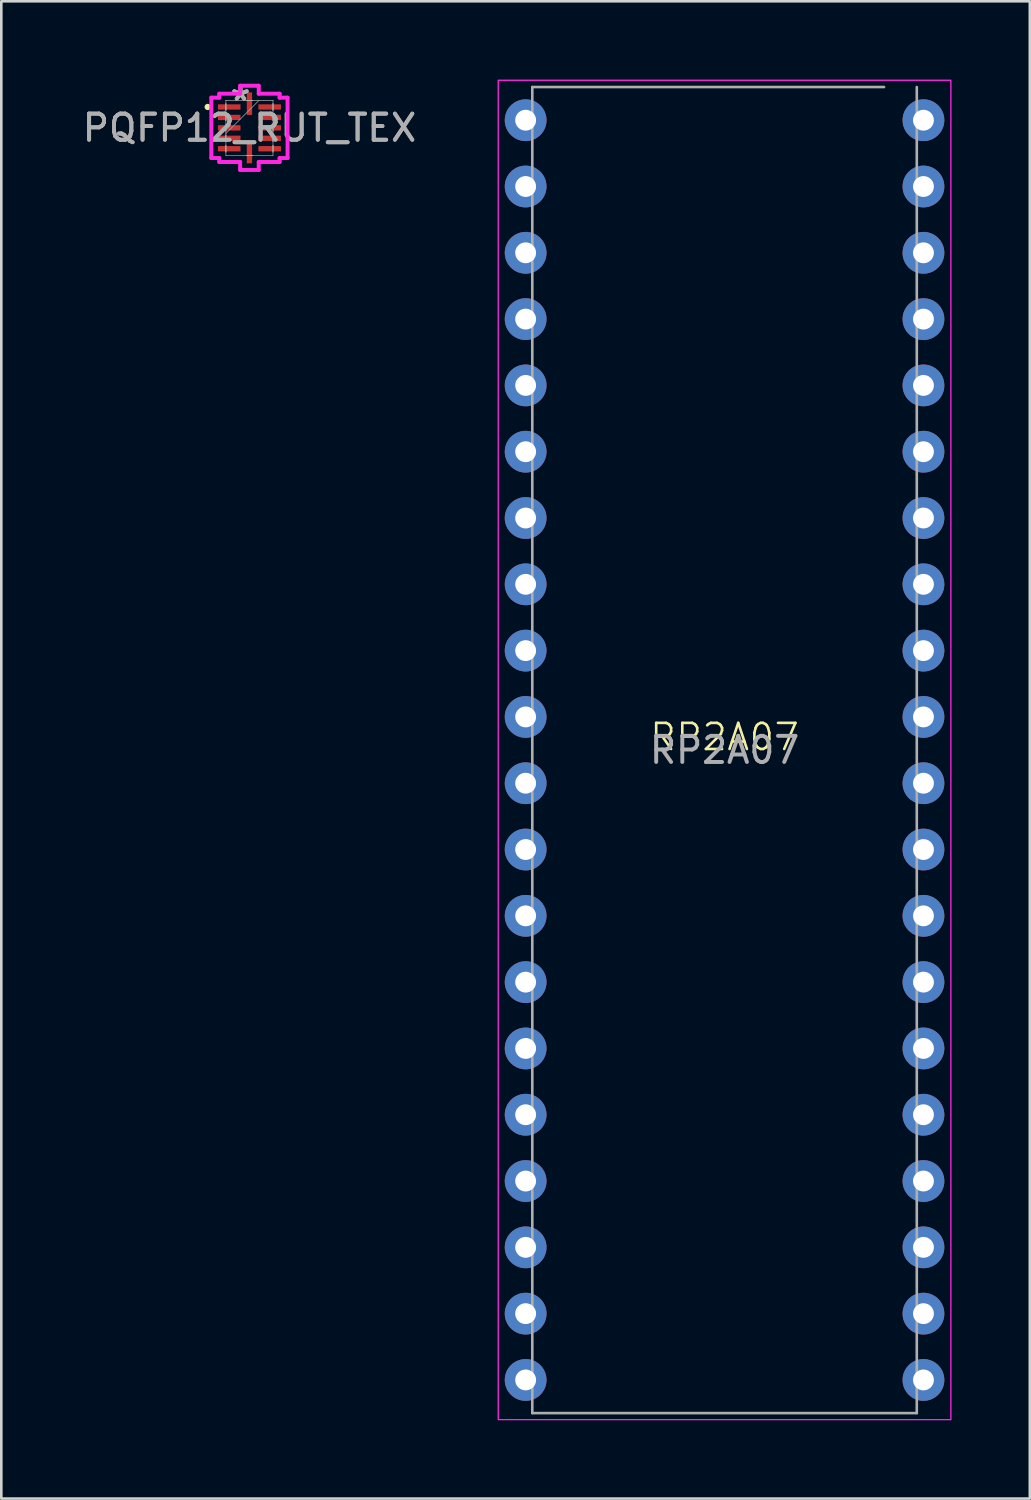
<source format=kicad_pcb>
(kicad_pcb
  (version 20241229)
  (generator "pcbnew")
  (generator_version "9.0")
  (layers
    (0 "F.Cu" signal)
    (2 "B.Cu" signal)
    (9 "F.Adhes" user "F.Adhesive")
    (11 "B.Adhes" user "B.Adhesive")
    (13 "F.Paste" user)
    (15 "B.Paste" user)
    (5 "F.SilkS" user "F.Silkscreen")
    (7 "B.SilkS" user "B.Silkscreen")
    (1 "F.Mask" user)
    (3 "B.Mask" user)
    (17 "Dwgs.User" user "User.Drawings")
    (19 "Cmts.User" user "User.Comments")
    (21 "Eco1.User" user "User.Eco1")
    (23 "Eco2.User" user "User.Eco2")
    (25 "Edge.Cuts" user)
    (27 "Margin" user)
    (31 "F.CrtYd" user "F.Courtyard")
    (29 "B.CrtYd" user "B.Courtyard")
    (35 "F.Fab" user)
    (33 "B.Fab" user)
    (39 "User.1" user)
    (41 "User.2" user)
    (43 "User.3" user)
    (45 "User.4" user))
  (footprint "RP2A07"
    (layer "F.Cu")
    (at 24.707 25.685)
    (property "Reference" "RP2A07" (at 0 -0.5 0) (unlocked yes) (layer "F.SilkS") (effects (font (size 1 1) (thickness 0.1))))
    (attr smd)
    (fp_rect (start -8.67 -25.66) (end 8.67 25.65) (stroke (width 0.05) (type solid)) (fill no) (layer "F.CrtYd"))
    (fp_line (start -7.365 -25.4) (end 6.11 -25.4) (stroke (width 0.1) (type solid)) (layer "F.Fab"))
    (fp_line (start -7.365 25.4) (end -7.365 -25.4) (stroke (width 0.1) (type solid)) (layer "F.Fab"))
    (fp_line (start 7.365 -25.4) (end 7.365 25.4) (stroke (width 0.1) (type solid)) (layer "F.Fab"))
    (fp_line (start 7.365 25.4) (end -7.365 25.4) (stroke (width 0.1) (type solid)) (layer "F.Fab"))
    (fp_text user "${REFERENCE}" (at 0 0 0) (unlocked yes) (layer "F.Fab") (effects (font (size 1 1) (thickness 0.15))))
    (pad "1" thru_hole circle (at -7.62 -24.13) (size 1.6 1.6) (drill 0.8) (layers "*.Cu" "*.Mask"))
    (pad "2" thru_hole circle (at -7.62 -21.59) (size 1.6 1.6) (drill 0.8) (layers "*.Cu" "*.Mask"))
    (pad "3" thru_hole circle (at -7.62 -19.05) (size 1.6 1.6) (drill 0.8) (layers "*.Cu" "*.Mask"))
    (pad "4" thru_hole circle (at -7.62 -16.51) (size 1.6 1.6) (drill 0.8) (layers "*.Cu" "*.Mask"))
    (pad "5" thru_hole circle (at -7.62 -13.97) (size 1.6 1.6) (drill 0.8) (layers "*.Cu" "*.Mask"))
    (pad "6" thru_hole circle (at -7.62 -11.43) (size 1.6 1.6) (drill 0.8) (layers "*.Cu" "*.Mask"))
    (pad "7" thru_hole circle (at -7.62 -8.89) (size 1.6 1.6) (drill 0.8) (layers "*.Cu" "*.Mask"))
    (pad "8" thru_hole circle (at -7.62 -6.35) (size 1.6 1.6) (drill 0.8) (layers "*.Cu" "*.Mask"))
    (pad "9" thru_hole circle (at -7.62 -3.81) (size 1.6 1.6) (drill 0.8) (layers "*.Cu" "*.Mask"))
    (pad "10" thru_hole circle (at -7.62 -1.27) (size 1.6 1.6) (drill 0.8) (layers "*.Cu" "*.Mask"))
    (pad "11" thru_hole circle (at -7.62 1.27) (size 1.6 1.6) (drill 0.8) (layers "*.Cu" "*.Mask"))
    (pad "12" thru_hole circle (at -7.62 3.81) (size 1.6 1.6) (drill 0.8) (layers "*.Cu" "*.Mask"))
    (pad "13" thru_hole circle (at -7.62 6.35) (size 1.6 1.6) (drill 0.8) (layers "*.Cu" "*.Mask"))
    (pad "14" thru_hole circle (at -7.62 8.89) (size 1.6 1.6) (drill 0.8) (layers "*.Cu" "*.Mask"))
    (pad "15" thru_hole circle (at -7.62 11.43) (size 1.6 1.6) (drill 0.8) (layers "*.Cu" "*.Mask"))
    (pad "16" thru_hole circle (at -7.62 13.97) (size 1.6 1.6) (drill 0.8) (layers "*.Cu" "*.Mask"))
    (pad "17" thru_hole circle (at -7.62 16.51) (size 1.6 1.6) (drill 0.8) (layers "*.Cu" "*.Mask"))
    (pad "18" thru_hole circle (at -7.62 19.05) (size 1.6 1.6) (drill 0.8) (layers "*.Cu" "*.Mask"))
    (pad "19" thru_hole circle (at -7.62 21.59) (size 1.6 1.6) (drill 0.8) (layers "*.Cu" "*.Mask"))
    (pad "20" thru_hole circle (at -7.62 24.13) (size 1.6 1.6) (drill 0.8) (layers "*.Cu" "*.Mask"))
    (pad "21" thru_hole circle (at 7.62 24.13) (size 1.6 1.6) (drill 0.8) (layers "*.Cu" "*.Mask"))
    (pad "22" thru_hole circle (at 7.62 21.59) (size 1.6 1.6) (drill 0.8) (layers "*.Cu" "*.Mask"))
    (pad "23" thru_hole circle (at 7.62 19.05) (size 1.6 1.6) (drill 0.8) (layers "*.Cu" "*.Mask"))
    (pad "24" thru_hole circle (at 7.62 16.51) (size 1.6 1.6) (drill 0.8) (layers "*.Cu" "*.Mask"))
    (pad "25" thru_hole circle (at 7.62 13.97) (size 1.6 1.6) (drill 0.8) (layers "*.Cu" "*.Mask"))
    (pad "26" thru_hole circle (at 7.62 11.43) (size 1.6 1.6) (drill 0.8) (layers "*.Cu" "*.Mask"))
    (pad "27" thru_hole circle (at 7.62 8.89) (size 1.6 1.6) (drill 0.8) (layers "*.Cu" "*.Mask"))
    (pad "28" thru_hole circle (at 7.62 6.35) (size 1.6 1.6) (drill 0.8) (layers "*.Cu" "*.Mask"))
    (pad "29" thru_hole circle (at 7.62 3.81) (size 1.6 1.6) (drill 0.8) (layers "*.Cu" "*.Mask"))
    (pad "30" thru_hole circle (at 7.62 1.27) (size 1.6 1.6) (drill 0.8) (layers "*.Cu" "*.Mask"))
    (pad "31" thru_hole circle (at 7.62 -1.27) (size 1.6 1.6) (drill 0.8) (layers "*.Cu" "*.Mask"))
    (pad "32" thru_hole circle (at 7.62 -3.81) (size 1.6 1.6) (drill 0.8) (layers "*.Cu" "*.Mask"))
    (pad "33" thru_hole circle (at 7.62 -6.35) (size 1.6 1.6) (drill 0.8) (layers "*.Cu" "*.Mask"))
    (pad "34" thru_hole circle (at 7.62 -8.89) (size 1.6 1.6) (drill 0.8) (layers "*.Cu" "*.Mask"))
    (pad "35" thru_hole circle (at 7.62 -11.43) (size 1.6 1.6) (drill 0.8) (layers "*.Cu" "*.Mask"))
    (pad "36" thru_hole circle (at 7.62 -13.97) (size 1.6 1.6) (drill 0.8) (layers "*.Cu" "*.Mask"))
    (pad "37" thru_hole circle (at 7.62 -16.51) (size 1.6 1.6) (drill 0.8) (layers "*.Cu" "*.Mask"))
    (pad "38" thru_hole circle (at 7.62 -19.05) (size 1.6 1.6) (drill 0.8) (layers "*.Cu" "*.Mask"))
    (pad "39" thru_hole circle (at 7.62 -21.59) (size 1.6 1.6) (drill 0.8) (layers "*.Cu" "*.Mask"))
    (pad "40" thru_hole circle (at 7.62 -24.13) (size 1.6 1.6) (drill 0.8) (layers "*.Cu" "*.Mask")))
  (footprint "PQFP12_RUT_TEX"
    (layer "F.Cu")
    (at 6.506 1.848)
    (property "Reference" "PQFP12_RUT_TEX" (at 0 0 0) (unlocked yes) (layer "F.Fab") (effects (font (size 1 1) (thickness 0.15))))
    (attr smd)
    (fp_circle (center -1.6 -0.8) (end -1.55 -0.75) (stroke (width 0.1) (type solid)) (fill yes) (layer "F.SilkS"))
    (fp_line (start -1.46 -1.156) (end -1.156 -1.156) (stroke (width 0.152) (type solid)) (layer "F.CrtYd"))
    (fp_line (start -1.46 1.156) (end -1.46 -1.156) (stroke (width 0.152) (type solid)) (layer "F.CrtYd"))
    (fp_line (start -1.156 -1.308) (end -0.356 -1.308) (stroke (width 0.152) (type solid)) (layer "F.CrtYd"))
    (fp_line (start -1.156 -1.156) (end -1.156 -1.308) (stroke (width 0.152) (type solid)) (layer "F.CrtYd"))
    (fp_line (start -1.156 1.156) (end -1.46 1.156) (stroke (width 0.152) (type solid)) (layer "F.CrtYd"))
    (fp_line (start -1.156 1.308) (end -1.156 1.156) (stroke (width 0.152) (type solid)) (layer "F.CrtYd"))
    (fp_line (start -0.356 -1.613) (end 0.356 -1.613) (stroke (width 0.152) (type solid)) (layer "F.CrtYd"))
    (fp_line (start -0.356 -1.308) (end -0.356 -1.613) (stroke (width 0.152) (type solid)) (layer "F.CrtYd"))
    (fp_line (start -0.356 1.308) (end -1.156 1.308) (stroke (width 0.152) (type solid)) (layer "F.CrtYd"))
    (fp_line (start -0.356 1.613) (end -0.356 1.308) (stroke (width 0.152) (type solid)) (layer "F.CrtYd"))
    (fp_line (start 0.356 -1.613) (end 0.356 -1.308) (stroke (width 0.152) (type solid)) (layer "F.CrtYd"))
    (fp_line (start 0.356 -1.308) (end 1.156 -1.308) (stroke (width 0.152) (type solid)) (layer "F.CrtYd"))
    (fp_line (start 0.356 1.308) (end 0.356 1.613) (stroke (width 0.152) (type solid)) (layer "F.CrtYd"))
    (fp_line (start 0.356 1.613) (end -0.356 1.613) (stroke (width 0.152) (type solid)) (layer "F.CrtYd"))
    (fp_line (start 1.156 -1.308) (end 1.156 -1.156) (stroke (width 0.152) (type solid)) (layer "F.CrtYd"))
    (fp_line (start 1.156 -1.156) (end 1.46 -1.156) (stroke (width 0.152) (type solid)) (layer "F.CrtYd"))
    (fp_line (start 1.156 1.156) (end 1.156 1.308) (stroke (width 0.152) (type solid)) (layer "F.CrtYd"))
    (fp_line (start 1.156 1.308) (end 0.356 1.308) (stroke (width 0.152) (type solid)) (layer "F.CrtYd"))
    (fp_line (start 1.46 -1.156) (end 1.46 1.156) (stroke (width 0.152) (type solid)) (layer "F.CrtYd"))
    (fp_line (start 1.46 1.156) (end 1.156 1.156) (stroke (width 0.152) (type solid)) (layer "F.CrtYd"))
    (fp_line (start -0.902 -1.054) (end -0.902 -1.054) (stroke (width 0.025) (type solid)) (layer "F.Fab"))
    (fp_line (start -0.902 -1.054) (end -0.902 1.054) (stroke (width 0.025) (type solid)) (layer "F.Fab"))
    (fp_line (start -0.902 -0.927) (end -0.902 -0.927) (stroke (width 0.025) (type solid)) (layer "F.Fab"))
    (fp_line (start -0.902 -0.927) (end -0.902 -0.673) (stroke (width 0.025) (type solid)) (layer "F.Fab"))
    (fp_line (start -0.902 -0.673) (end -0.902 -0.927) (stroke (width 0.025) (type solid)) (layer "F.Fab"))
    (fp_line (start -0.902 -0.673) (end -0.902 -0.673) (stroke (width 0.025) (type solid)) (layer "F.Fab"))
    (fp_line (start -0.902 -0.527) (end -0.902 -0.527) (stroke (width 0.025) (type solid)) (layer "F.Fab"))
    (fp_line (start -0.902 -0.527) (end -0.902 -0.273) (stroke (width 0.025) (type solid)) (layer "F.Fab"))
    (fp_line (start -0.902 -0.273) (end -0.902 -0.527) (stroke (width 0.025) (type solid)) (layer "F.Fab"))
    (fp_line (start -0.902 -0.273) (end -0.902 -0.273) (stroke (width 0.025) (type solid)) (layer "F.Fab"))
    (fp_line (start -0.902 -0.127) (end -0.902 -0.127) (stroke (width 0.025) (type solid)) (layer "F.Fab"))
    (fp_line (start -0.902 -0.127) (end -0.902 0.127) (stroke (width 0.025) (type solid)) (layer "F.Fab"))
    (fp_line (start -0.902 0.127) (end -0.902 -0.127) (stroke (width 0.025) (type solid)) (layer "F.Fab"))
    (fp_line (start -0.902 0.127) (end -0.902 0.127) (stroke (width 0.025) (type solid)) (layer "F.Fab"))
    (fp_line (start -0.902 0.216) (end 0.368 -1.054) (stroke (width 0.025) (type solid)) (layer "F.Fab"))
    (fp_line (start -0.902 0.273) (end -0.902 0.273) (stroke (width 0.025) (type solid)) (layer "F.Fab"))
    (fp_line (start -0.902 0.273) (end -0.902 0.527) (stroke (width 0.025) (type solid)) (layer "F.Fab"))
    (fp_line (start -0.902 0.527) (end -0.902 0.273) (stroke (width 0.025) (type solid)) (layer "F.Fab"))
    (fp_line (start -0.902 0.527) (end -0.902 0.527) (stroke (width 0.025) (type solid)) (layer "F.Fab"))
    (fp_line (start -0.902 0.673) (end -0.902 0.673) (stroke (width 0.025) (type solid)) (layer "F.Fab"))
    (fp_line (start -0.902 0.673) (end -0.902 0.927) (stroke (width 0.025) (type solid)) (layer "F.Fab"))
    (fp_line (start -0.902 0.927) (end -0.902 0.673) (stroke (width 0.025) (type solid)) (layer "F.Fab"))
    (fp_line (start -0.902 0.927) (end -0.902 0.927) (stroke (width 0.025) (type solid)) (layer "F.Fab"))
    (fp_line (start -0.902 1.054) (end -0.902 1.054) (stroke (width 0.025) (type solid)) (layer "F.Fab"))
    (fp_line (start -0.902 1.054) (end 0.902 1.054) (stroke (width 0.025) (type solid)) (layer "F.Fab"))
    (fp_line (start -0.127 -1.054) (end -0.127 -1.054) (stroke (width 0.025) (type solid)) (layer "F.Fab"))
    (fp_line (start -0.127 -1.054) (end 0.127 -1.054) (stroke (width 0.025) (type solid)) (layer "F.Fab"))
    (fp_line (start -0.127 1.054) (end -0.127 1.054) (stroke (width 0.025) (type solid)) (layer "F.Fab"))
    (fp_line (start -0.127 1.054) (end 0.127 1.054) (stroke (width 0.025) (type solid)) (layer "F.Fab"))
    (fp_line (start 0.127 -1.054) (end -0.127 -1.054) (stroke (width 0.025) (type solid)) (layer "F.Fab"))
    (fp_line (start 0.127 -1.054) (end 0.127 -1.054) (stroke (width 0.025) (type solid)) (layer "F.Fab"))
    (fp_line (start 0.127 1.054) (end -0.127 1.054) (stroke (width 0.025) (type solid)) (layer "F.Fab"))
    (fp_line (start 0.127 1.054) (end 0.127 1.054) (stroke (width 0.025) (type solid)) (layer "F.Fab"))
    (fp_line (start 0.902 -1.054) (end -0.902 -1.054) (stroke (width 0.025) (type solid)) (layer "F.Fab"))
    (fp_line (start 0.902 -1.054) (end 0.902 -1.054) (stroke (width 0.025) (type solid)) (layer "F.Fab"))
    (fp_line (start 0.902 -0.927) (end 0.902 -0.927) (stroke (width 0.025) (type solid)) (layer "F.Fab"))
    (fp_line (start 0.902 -0.927) (end 0.902 -0.673) (stroke (width 0.025) (type solid)) (layer "F.Fab"))
    (fp_line (start 0.902 -0.673) (end 0.902 -0.927) (stroke (width 0.025) (type solid)) (layer "F.Fab"))
    (fp_line (start 0.902 -0.673) (end 0.902 -0.673) (stroke (width 0.025) (type solid)) (layer "F.Fab"))
    (fp_line (start 0.902 -0.527) (end 0.902 -0.527) (stroke (width 0.025) (type solid)) (layer "F.Fab"))
    (fp_line (start 0.902 -0.527) (end 0.902 -0.273) (stroke (width 0.025) (type solid)) (layer "F.Fab"))
    (fp_line (start 0.902 -0.273) (end 0.902 -0.527) (stroke (width 0.025) (type solid)) (layer "F.Fab"))
    (fp_line (start 0.902 -0.273) (end 0.902 -0.273) (stroke (width 0.025) (type solid)) (layer "F.Fab"))
    (fp_line (start 0.902 -0.127) (end 0.902 -0.127) (stroke (width 0.025) (type solid)) (layer "F.Fab"))
    (fp_line (start 0.902 -0.127) (end 0.902 0.127) (stroke (width 0.025) (type solid)) (layer "F.Fab"))
    (fp_line (start 0.902 0.127) (end 0.902 -0.127) (stroke (width 0.025) (type solid)) (layer "F.Fab"))
    (fp_line (start 0.902 0.127) (end 0.902 0.127) (stroke (width 0.025) (type solid)) (layer "F.Fab"))
    (fp_line (start 0.902 0.273) (end 0.902 0.273) (stroke (width 0.025) (type solid)) (layer "F.Fab"))
    (fp_line (start 0.902 0.273) (end 0.902 0.527) (stroke (width 0.025) (type solid)) (layer "F.Fab"))
    (fp_line (start 0.902 0.527) (end 0.902 0.273) (stroke (width 0.025) (type solid)) (layer "F.Fab"))
    (fp_line (start 0.902 0.527) (end 0.902 0.527) (stroke (width 0.025) (type solid)) (layer "F.Fab"))
    (fp_line (start 0.902 0.673) (end 0.902 0.673) (stroke (width 0.025) (type solid)) (layer "F.Fab"))
    (fp_line (start 0.902 0.673) (end 0.902 0.927) (stroke (width 0.025) (type solid)) (layer "F.Fab"))
    (fp_line (start 0.902 0.927) (end 0.902 0.673) (stroke (width 0.025) (type solid)) (layer "F.Fab"))
    (fp_line (start 0.902 0.927) (end 0.902 0.927) (stroke (width 0.025) (type solid)) (layer "F.Fab"))
    (fp_line (start 0.902 1.054) (end 0.902 -1.054) (stroke (width 0.025) (type solid)) (layer "F.Fab"))
    (fp_line (start 0.902 1.054) (end 0.902 1.054) (stroke (width 0.025) (type solid)) (layer "F.Fab"))
    (fp_text user "*" (at -0.343 -1 0) (unlocked yes) (layer "F.Fab") (effects (font (size 1 1) (thickness 0.15))))
    (fp_text user "*" (at -0.343 -1 0) (layer "F.Fab") (effects (font (size 1 1) (thickness 0.15))))
    (fp_text user "${REFERENCE}" (at 0 0 0) (unlocked yes) (layer "F.Fab") (effects (font (size 1 1) (thickness 0.15))))
    (pad "1" smd rect (at -0.775 -0.8 90) (size 0.203 0.864) (layers "F.Cu" "F.Mask" "F.Paste"))
    (pad "2" smd rect (at -0.775 -0.4 90) (size 0.203 0.864) (layers "F.Cu" "F.Mask" "F.Paste"))
    (pad "3" smd rect (at -0.775 0 90) (size 0.203 0.864) (layers "F.Cu" "F.Mask" "F.Paste"))
    (pad "4" smd rect (at -0.775 0.4 90) (size 0.203 0.864) (layers "F.Cu" "F.Mask" "F.Paste"))
    (pad "5" smd rect (at -0.775 0.8 90) (size 0.203 0.864) (layers "F.Cu" "F.Mask" "F.Paste"))
    (pad "6" smd rect (at 0 0.927) (size 0.203 0.864) (layers "F.Cu" "F.Mask" "F.Paste"))
    (pad "7" smd rect (at 0.775 0.8 90) (size 0.203 0.864) (layers "F.Cu" "F.Mask" "F.Paste"))
    (pad "8" smd rect (at 0.775 0.4 90) (size 0.203 0.864) (layers "F.Cu" "F.Mask" "F.Paste"))
    (pad "9" smd rect (at 0.775 0 90) (size 0.203 0.864) (layers "F.Cu" "F.Mask" "F.Paste"))
    (pad "10" smd rect (at 0.775 -0.4 90) (size 0.203 0.864) (layers "F.Cu" "F.Mask" "F.Paste"))
    (pad "11" smd rect (at 0.775 -0.8 90) (size 0.203 0.864) (layers "F.Cu" "F.Mask" "F.Paste"))
    (pad "12" smd rect (at 0 -0.927) (size 0.203 0.864) (layers "F.Cu" "F.Mask" "F.Paste")))
  (gr_rect
    (start -3 -3)
    (end 36.402 54.36)
    (stroke (width 0.1) (type default))
    (fill no)
    (layer "Edge.Cuts")))
</source>
